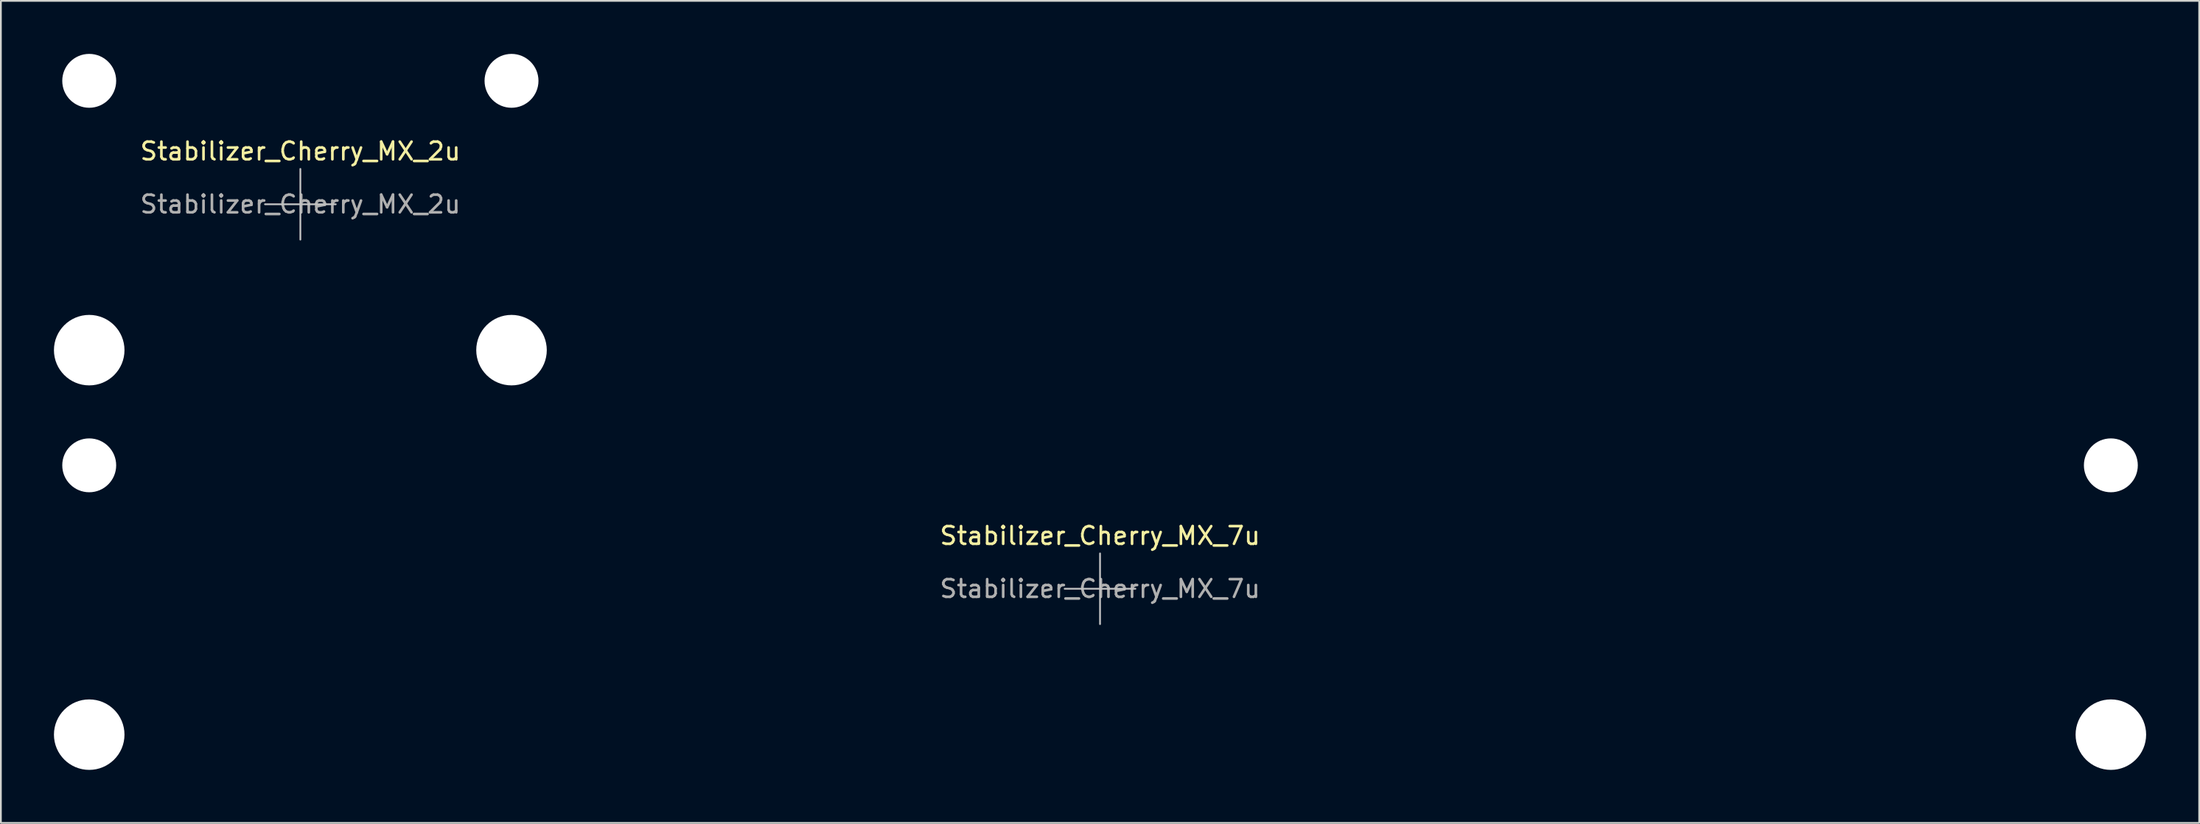
<source format=kicad_pcb>
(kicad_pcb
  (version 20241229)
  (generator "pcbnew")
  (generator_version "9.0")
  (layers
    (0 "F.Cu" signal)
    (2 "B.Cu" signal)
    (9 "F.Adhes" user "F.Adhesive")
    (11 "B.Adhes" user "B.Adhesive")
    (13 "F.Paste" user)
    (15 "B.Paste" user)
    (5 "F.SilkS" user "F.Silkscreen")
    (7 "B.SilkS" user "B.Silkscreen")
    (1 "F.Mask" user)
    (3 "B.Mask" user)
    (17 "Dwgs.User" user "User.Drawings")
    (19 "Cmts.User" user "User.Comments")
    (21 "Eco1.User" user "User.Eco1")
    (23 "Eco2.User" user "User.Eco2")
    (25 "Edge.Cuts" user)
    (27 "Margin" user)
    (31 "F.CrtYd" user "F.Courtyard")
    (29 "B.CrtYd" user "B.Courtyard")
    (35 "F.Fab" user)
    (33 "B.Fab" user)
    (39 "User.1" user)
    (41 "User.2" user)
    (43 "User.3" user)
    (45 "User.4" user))
  (footprint "Stabilizer_Cherry_MX_7u"
    (layer "F.Cu")
    (at 59.144 30.267)
    (property "Reference" "Stabilizer_Cherry_MX_7u" (at 0 -3 0) (layer "F.SilkS") (effects (font (size 1 1) (thickness 0.15))))
    (attr exclude_from_pos_files exclude_from_bom)
    (fp_line (start -2 0) (end 2 0) (stroke (width 0.1) (type solid)) (layer "Dwgs.User"))
    (fp_line (start 0 2) (end 0 -2) (stroke (width 0.1) (type solid)) (layer "Dwgs.User"))
    (fp_text user "${REFERENCE}" (at 0 0 0) (layer "F.Fab") (effects (font (size 1 1) (thickness 0.15))))
    (pad "" np_thru_hole circle (at -57.15 -6.985) (size 3.048 3.048) (drill 3.048) (layers "*.Cu" "*.Mask"))
    (pad "" np_thru_hole circle (at -57.15 8.255) (size 3.988 3.988) (drill 3.988) (layers "*.Cu" "*.Mask"))
    (pad "" np_thru_hole circle (at 57.15 -6.985) (size 3.048 3.048) (drill 3.048) (layers "*.Cu" "*.Mask"))
    (pad "" np_thru_hole circle (at 57.15 8.255) (size 3.988 3.988) (drill 3.988) (layers "*.Cu" "*.Mask")))
  (footprint "Stabilizer_Cherry_MX_2u"
    (layer "F.Cu")
    (at 13.932 8.509)
    (property "Reference" "Stabilizer_Cherry_MX_2u" (at 0 -3 0) (layer "F.SilkS") (effects (font (size 1 1) (thickness 0.15))))
    (attr exclude_from_pos_files exclude_from_bom)
    (fp_line (start -2 0) (end 2 0) (stroke (width 0.1) (type solid)) (layer "Dwgs.User"))
    (fp_line (start 0 2) (end 0 -2) (stroke (width 0.1) (type solid)) (layer "Dwgs.User"))
    (fp_text user "${REFERENCE}" (at 0 0 0) (layer "F.Fab") (effects (font (size 1 1) (thickness 0.15))))
    (pad "" np_thru_hole circle (at -11.938 -6.985) (size 3.048 3.048) (drill 3.048) (layers "*.Cu" "*.Mask"))
    (pad "" np_thru_hole circle (at -11.938 8.255) (size 3.988 3.988) (drill 3.988) (layers "*.Cu" "*.Mask"))
    (pad "" np_thru_hole circle (at 11.938 -6.985) (size 3.048 3.048) (drill 3.048) (layers "*.Cu" "*.Mask"))
    (pad "" np_thru_hole circle (at 11.938 8.255) (size 3.988 3.988) (drill 3.988) (layers "*.Cu" "*.Mask")))
  (gr_rect
    (start -3 -3)
    (end 121.288 43.516)
    (stroke (width 0.1) (type default))
    (fill no)
    (layer "Edge.Cuts")))
</source>
